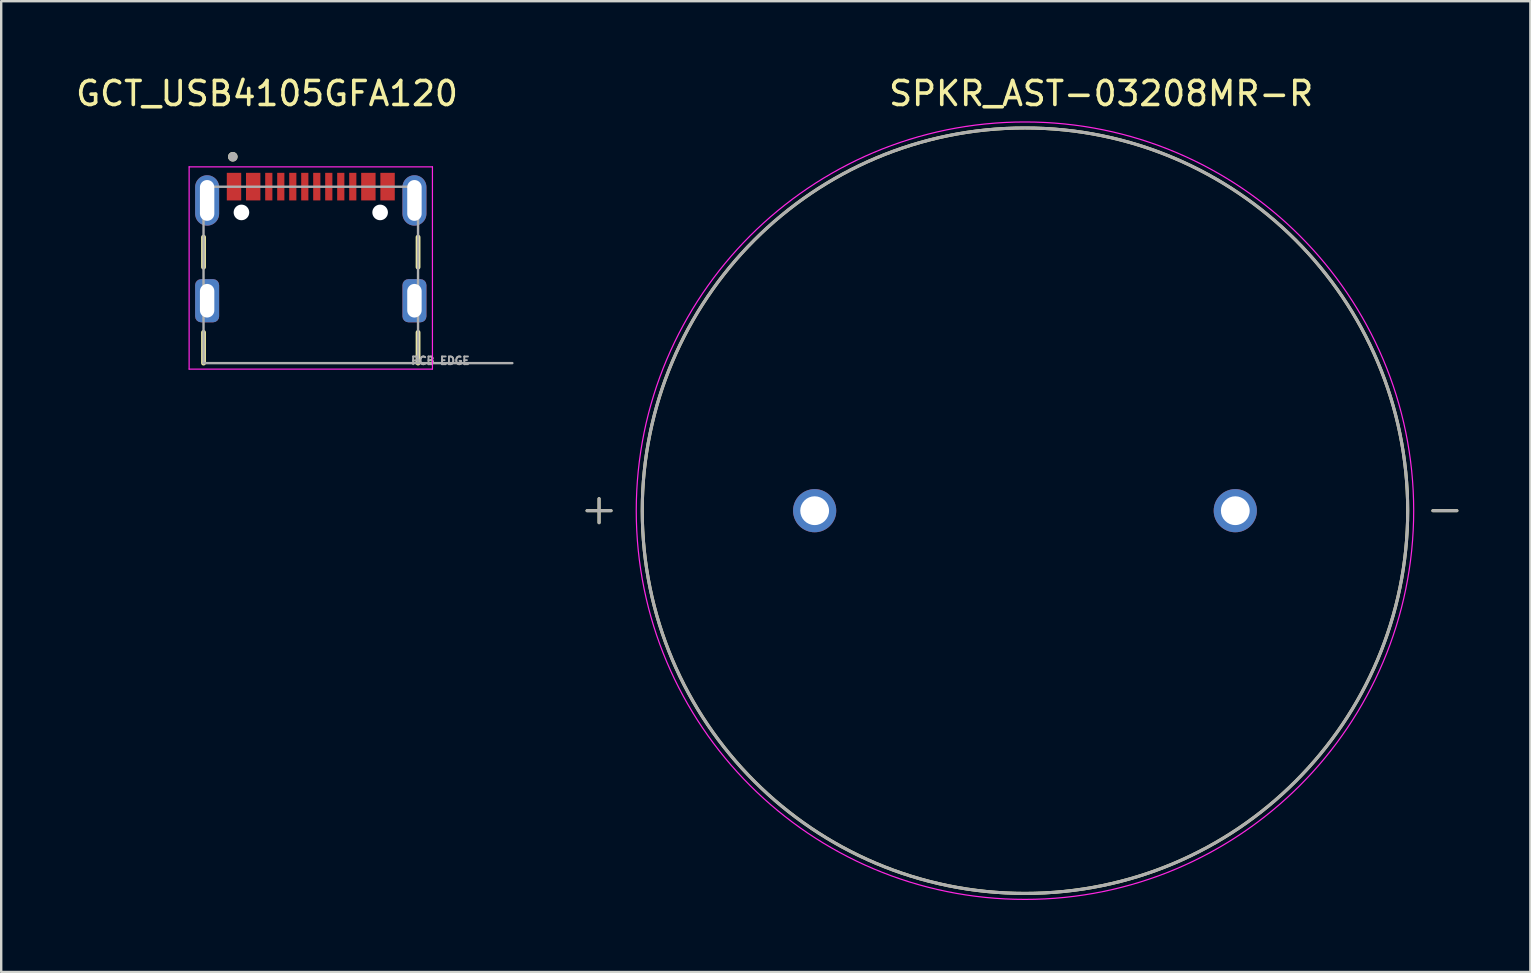
<source format=kicad_pcb>
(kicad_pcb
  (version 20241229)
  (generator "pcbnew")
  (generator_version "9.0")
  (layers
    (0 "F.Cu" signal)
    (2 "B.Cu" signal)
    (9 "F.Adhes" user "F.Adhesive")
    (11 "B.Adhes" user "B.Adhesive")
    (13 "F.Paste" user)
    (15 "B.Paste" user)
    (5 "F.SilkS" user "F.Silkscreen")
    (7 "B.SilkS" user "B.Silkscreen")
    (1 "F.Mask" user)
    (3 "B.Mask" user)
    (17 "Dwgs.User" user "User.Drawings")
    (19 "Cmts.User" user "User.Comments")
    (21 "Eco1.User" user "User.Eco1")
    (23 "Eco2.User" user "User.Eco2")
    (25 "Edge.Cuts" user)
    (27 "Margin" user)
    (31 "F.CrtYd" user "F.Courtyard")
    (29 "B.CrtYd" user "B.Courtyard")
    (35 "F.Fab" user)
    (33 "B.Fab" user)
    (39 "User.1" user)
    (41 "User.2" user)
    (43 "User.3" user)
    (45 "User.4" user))
  (footprint "SPKR_AST-03208MR-R"
    (layer "F.Cu")
    (at 39.666 18.233)
    (property "Reference" "SPKR_AST-03208MR-R" (at 3.175 -17.385 0) (layer "F.SilkS") (effects (font (size 1 1) (thickness 0.15))))
    (attr through_hole)
    (fp_line (start -18.25 0) (end -17.25 0) (stroke (width 0.127) (type solid)) (layer "F.SilkS"))
    (fp_line (start -17.75 -0.5) (end -17.75 0.5) (stroke (width 0.127) (type solid)) (layer "F.SilkS"))
    (fp_line (start 17 0) (end 18 0) (stroke (width 0.127) (type solid)) (layer "F.SilkS"))
    (fp_circle (center 0 0) (end 15.95 0) (stroke (width 0.127) (type solid)) (fill no) (layer "F.SilkS"))
    (fp_circle (center 0 0) (end 16.2 0) (stroke (width 0.05) (type solid)) (fill no) (layer "F.CrtYd"))
    (fp_line (start -18.25 0) (end -17.25 0) (stroke (width 0.127) (type solid)) (layer "F.Fab"))
    (fp_line (start -17.75 -0.5) (end -17.75 0.5) (stroke (width 0.127) (type solid)) (layer "F.Fab"))
    (fp_line (start 17 0) (end 18 0) (stroke (width 0.127) (type solid)) (layer "F.Fab"))
    (fp_circle (center 0 0) (end 15.95 0) (stroke (width 0.127) (type solid)) (fill no) (layer "F.Fab"))
    (pad "N" thru_hole circle (at 8.765 0) (size 1.8 1.8) (drill 1.2) (layers "*.Cu" "*.Mask"))
    (pad "P" thru_hole circle (at -8.765 0) (size 1.8 1.8) (drill 1.2) (layers "*.Cu" "*.Mask")))
  (footprint "GCT_USB4105GFA120"
    (layer "F.Cu")
    (at 9.902 9.483)
    (property "Reference" "GCT_USB4105GFA120" (at -1.825 -8.635 0) (layer "F.SilkS") (effects (font (size 1 1) (thickness 0.15))))
    (attr smd)
    (fp_line (start -4.47 -2.65) (end -4.47 -1.4) (stroke (width 0.2) (type solid)) (layer "F.SilkS"))
    (fp_line (start -4.47 1.32) (end -4.47 2.6) (stroke (width 0.2) (type solid)) (layer "F.SilkS"))
    (fp_line (start 4.47 -2.65) (end 4.47 -1.4) (stroke (width 0.2) (type solid)) (layer "F.SilkS"))
    (fp_line (start 4.47 2.6) (end 4.47 1.32) (stroke (width 0.2) (type solid)) (layer "F.SilkS"))
    (fp_circle (center -3.25 -6) (end -3.15 -6) (stroke (width 0.2) (type solid)) (fill no) (layer "F.SilkS"))
    (fp_line (start -5.07 -5.58) (end -5.07 2.85) (stroke (width 0.05) (type solid)) (layer "F.CrtYd"))
    (fp_line (start -5.07 2.85) (end 5.07 2.85) (stroke (width 0.05) (type solid)) (layer "F.CrtYd"))
    (fp_line (start 5.07 -5.58) (end -5.07 -5.58) (stroke (width 0.05) (type solid)) (layer "F.CrtYd"))
    (fp_line (start 5.07 2.85) (end 5.07 -5.58) (stroke (width 0.05) (type solid)) (layer "F.CrtYd"))
    (fp_line (start -4.47 -4.75) (end 4.47 -4.75) (stroke (width 0.1) (type solid)) (layer "F.Fab"))
    (fp_line (start -4.47 2.6) (end -4.47 -4.75) (stroke (width 0.1) (type solid)) (layer "F.Fab"))
    (fp_line (start 4.47 -4.75) (end 4.47 2.6) (stroke (width 0.1) (type solid)) (layer "F.Fab"))
    (fp_line (start 4.47 2.6) (end -4.47 2.6) (stroke (width 0.1) (type solid)) (layer "F.Fab"))
    (fp_line (start 4.47 2.6) (end 8.4 2.6) (stroke (width 0.1) (type solid)) (layer "F.Fab"))
    (fp_circle (center -3.25 -6) (end -3.15 -6) (stroke (width 0.2) (type solid)) (fill no) (layer "F.Fab"))
    (fp_text user "PCB EDGE" (at 5.4 2.5 0) (layer "F.Fab") (effects (font (size 0.32 0.32) (thickness 0.15))))
    (pad "" np_thru_hole circle (at -2.89 -3.68) (size 0.65 0.65) (drill 0.65) (layers "*.Cu" "*.Mask"))
    (pad "" np_thru_hole circle (at 2.89 -3.68) (size 0.65 0.65) (drill 0.65) (layers "*.Cu" "*.Mask"))
    (pad "A1_B12" smd rect (at -3.2 -4.755) (size 0.6 1.15) (layers "F.Cu" "F.Mask" "F.Paste"))
    (pad "A4_B9" smd rect (at -2.4 -4.755) (size 0.6 1.15) (layers "F.Cu" "F.Mask" "F.Paste"))
    (pad "A5" smd rect (at -1.25 -4.755) (size 0.3 1.15) (layers "F.Cu" "F.Mask" "F.Paste"))
    (pad "A6" smd rect (at -0.25 -4.755) (size 0.3 1.15) (layers "F.Cu" "F.Mask" "F.Paste"))
    (pad "A7" smd rect (at 0.25 -4.755) (size 0.3 1.15) (layers "F.Cu" "F.Mask" "F.Paste"))
    (pad "A8" smd rect (at 1.25 -4.755) (size 0.3 1.15) (layers "F.Cu" "F.Mask" "F.Paste"))
    (pad "B1_A12" smd rect (at 3.2 -4.755) (size 0.6 1.15) (layers "F.Cu" "F.Mask" "F.Paste"))
    (pad "B4_A9" smd rect (at 2.4 -4.755) (size 0.6 1.15) (layers "F.Cu" "F.Mask" "F.Paste"))
    (pad "B5" smd rect (at 1.75 -4.755) (size 0.3 1.15) (layers "F.Cu" "F.Mask" "F.Paste"))
    (pad "B6" smd rect (at 0.75 -4.755) (size 0.3 1.15) (layers "F.Cu" "F.Mask" "F.Paste"))
    (pad "B7" smd rect (at -0.75 -4.755) (size 0.3 1.15) (layers "F.Cu" "F.Mask" "F.Paste"))
    (pad "B8" smd rect (at -1.75 -4.755) (size 0.3 1.15) (layers "F.Cu" "F.Mask" "F.Paste"))
    (pad "SH1" thru_hole oval (at -4.32 -4.18) (size 1 2.1) (drill oval 0.6 1.7) (layers "*.Cu" "*.Mask"))
    (pad "SH2" thru_hole oval (at 4.32 -4.18) (size 1 2.1) (drill oval 0.6 1.7) (layers "*.Cu" "*.Mask"))
    (pad "SH3" thru_hole roundrect (at -4.32 0) (size 1 1.8) (drill oval 0.6 1.4) (layers "*.Cu" "*.Mask") (roundrect_rratio 0.25))
    (pad "SH4" thru_hole roundrect (at 4.32 0) (size 1 1.8) (drill oval 0.6 1.4) (layers "*.Cu" "*.Mask") (roundrect_rratio 0.25)))
  (gr_rect
    (start -3 -3)
    (end 60.729 37.458)
    (stroke (width 0.1) (type default))
    (fill no)
    (layer "Edge.Cuts")))
</source>
